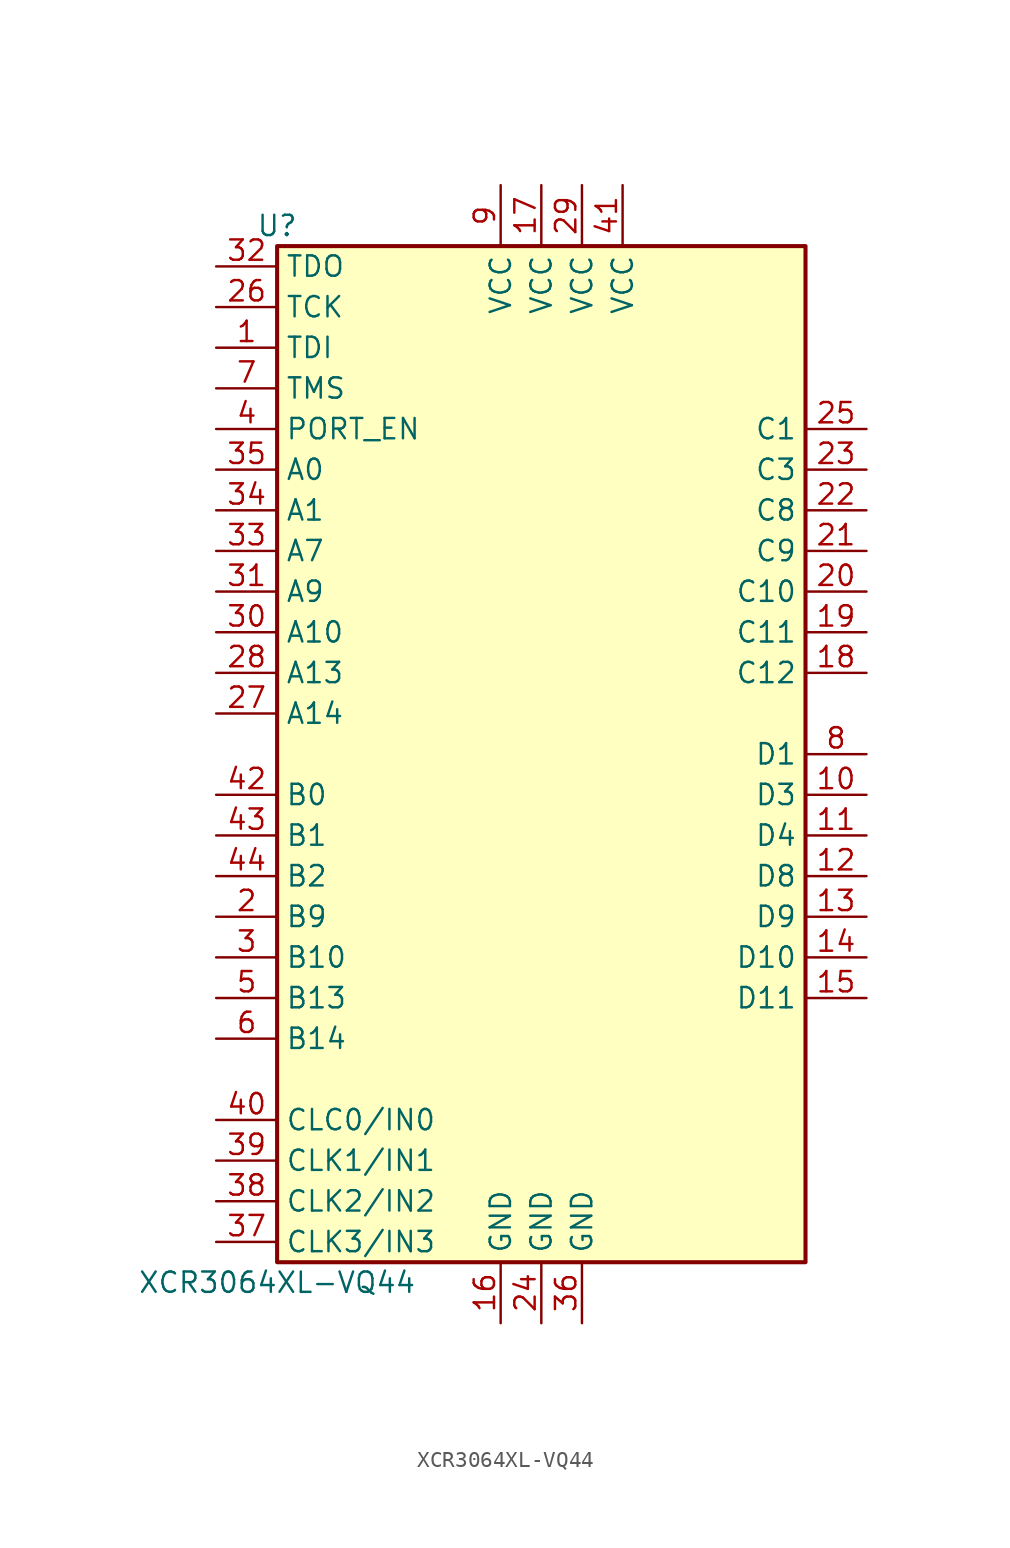
<source format=kicad_sym>
(kicad_symbol_lib
  (version 20211014)
  (generator kicad_symbol_editor)
  (symbol "XCR3064XL-VQ44"
    (property "Reference" "U"
      (at -16.51 33.02 0)
      (effects (font (size 1.27 1.27))))
    (property "Value" "XCR3064XL-VQ44"
      (at -16.51 -33.02 0)
      (effects (font (size 1.27 1.27))))
    (symbol "XCR3064XL-VQ44_1_1"
      (rectangle (start -16.51 31.75) (end 16.51 -31.75) (stroke (width 0.254) (type default) (color 0 0 0 0)) (fill (type background)))
      (pin passive line (at -20.32 25.4 0) (length 3.81) (name "TDI" (effects (font (size 1.27 1.27)))) (number "1" (effects (font (size 1.27 1.27)))))
      (pin passive line (at 20.32 -2.54 180) (length 3.81) (name "D3" (effects (font (size 1.27 1.27)))) (number "10" (effects (font (size 1.27 1.27)))))
      (pin passive line (at 20.32 -5.08 180) (length 3.81) (name "D4" (effects (font (size 1.27 1.27)))) (number "11" (effects (font (size 1.27 1.27)))))
      (pin passive line (at 20.32 -7.62 180) (length 3.81) (name "D8" (effects (font (size 1.27 1.27)))) (number "12" (effects (font (size 1.27 1.27)))))
      (pin passive line (at 20.32 -10.16 180) (length 3.81) (name "D9" (effects (font (size 1.27 1.27)))) (number "13" (effects (font (size 1.27 1.27)))))
      (pin passive line (at 20.32 -12.7 180) (length 3.81) (name "D10" (effects (font (size 1.27 1.27)))) (number "14" (effects (font (size 1.27 1.27)))))
      (pin passive line (at 20.32 -15.24 180) (length 3.81) (name "D11" (effects (font (size 1.27 1.27)))) (number "15" (effects (font (size 1.27 1.27)))))
      (pin power_in line (at -2.54 -35.56 90) (length 3.81) (name "GND" (effects (font (size 1.27 1.27)))) (number "16" (effects (font (size 1.27 1.27)))))
      (pin power_in line (at 0 35.56 270) (length 3.81) (name "VCC" (effects (font (size 1.27 1.27)))) (number "17" (effects (font (size 1.27 1.27)))))
      (pin passive line (at 20.32 5.08 180) (length 3.81) (name "C12" (effects (font (size 1.27 1.27)))) (number "18" (effects (font (size 1.27 1.27)))))
      (pin passive line (at 20.32 7.62 180) (length 3.81) (name "C11" (effects (font (size 1.27 1.27)))) (number "19" (effects (font (size 1.27 1.27)))))
      (pin passive line (at -20.32 -10.16 0) (length 3.81) (name "B9" (effects (font (size 1.27 1.27)))) (number "2" (effects (font (size 1.27 1.27)))))
      (pin passive line (at 20.32 10.16 180) (length 3.81) (name "C10" (effects (font (size 1.27 1.27)))) (number "20" (effects (font (size 1.27 1.27)))))
      (pin passive line (at 20.32 12.7 180) (length 3.81) (name "C9" (effects (font (size 1.27 1.27)))) (number "21" (effects (font (size 1.27 1.27)))))
      (pin passive line (at 20.32 15.24 180) (length 3.81) (name "C8" (effects (font (size 1.27 1.27)))) (number "22" (effects (font (size 1.27 1.27)))))
      (pin passive line (at 20.32 17.78 180) (length 3.81) (name "C3" (effects (font (size 1.27 1.27)))) (number "23" (effects (font (size 1.27 1.27)))))
      (pin power_in line (at 0 -35.56 90) (length 3.81) (name "GND" (effects (font (size 1.27 1.27)))) (number "24" (effects (font (size 1.27 1.27)))))
      (pin passive line (at 20.32 20.32 180) (length 3.81) (name "C1" (effects (font (size 1.27 1.27)))) (number "25" (effects (font (size 1.27 1.27)))))
      (pin passive line (at -20.32 27.94 0) (length 3.81) (name "TCK" (effects (font (size 1.27 1.27)))) (number "26" (effects (font (size 1.27 1.27)))))
      (pin passive line (at -20.32 2.54 0) (length 3.81) (name "A14" (effects (font (size 1.27 1.27)))) (number "27" (effects (font (size 1.27 1.27)))))
      (pin passive line (at -20.32 5.08 0) (length 3.81) (name "A13" (effects (font (size 1.27 1.27)))) (number "28" (effects (font (size 1.27 1.27)))))
      (pin power_in line (at 2.54 35.56 270) (length 3.81) (name "VCC" (effects (font (size 1.27 1.27)))) (number "29" (effects (font (size 1.27 1.27)))))
      (pin passive line (at -20.32 -12.7 0) (length 3.81) (name "B10" (effects (font (size 1.27 1.27)))) (number "3" (effects (font (size 1.27 1.27)))))
      (pin passive line (at -20.32 7.62 0) (length 3.81) (name "A10" (effects (font (size 1.27 1.27)))) (number "30" (effects (font (size 1.27 1.27)))))
      (pin passive line (at -20.32 10.16 0) (length 3.81) (name "A9" (effects (font (size 1.27 1.27)))) (number "31" (effects (font (size 1.27 1.27)))))
      (pin passive line (at -20.32 30.48 0) (length 3.81) (name "TDO" (effects (font (size 1.27 1.27)))) (number "32" (effects (font (size 1.27 1.27)))))
      (pin passive line (at -20.32 12.7 0) (length 3.81) (name "A7" (effects (font (size 1.27 1.27)))) (number "33" (effects (font (size 1.27 1.27)))))
      (pin passive line (at -20.32 15.24 0) (length 3.81) (name "A1" (effects (font (size 1.27 1.27)))) (number "34" (effects (font (size 1.27 1.27)))))
      (pin passive line (at -20.32 17.78 0) (length 3.81) (name "A0" (effects (font (size 1.27 1.27)))) (number "35" (effects (font (size 1.27 1.27)))))
      (pin power_in line (at 2.54 -35.56 90) (length 3.81) (name "GND" (effects (font (size 1.27 1.27)))) (number "36" (effects (font (size 1.27 1.27)))))
      (pin input line (at -20.32 -30.48 0) (length 3.81) (name "CLK3/IN3" (effects (font (size 1.27 1.27)))) (number "37" (effects (font (size 1.27 1.27)))))
      (pin input line (at -20.32 -27.94 0) (length 3.81) (name "CLK2/IN2" (effects (font (size 1.27 1.27)))) (number "38" (effects (font (size 1.27 1.27)))))
      (pin input line (at -20.32 -25.4 0) (length 3.81) (name "CLK1/IN1" (effects (font (size 1.27 1.27)))) (number "39" (effects (font (size 1.27 1.27)))))
      (pin passive line (at -20.32 20.32 0) (length 3.81) (name "PORT_EN" (effects (font (size 1.27 1.27)))) (number "4" (effects (font (size 1.27 1.27)))))
      (pin input line (at -20.32 -22.86 0) (length 3.81) (name "CLC0/IN0" (effects (font (size 1.27 1.27)))) (number "40" (effects (font (size 1.27 1.27)))))
      (pin power_in line (at 5.08 35.56 270) (length 3.81) (name "VCC" (effects (font (size 1.27 1.27)))) (number "41" (effects (font (size 1.27 1.27)))))
      (pin passive line (at -20.32 -2.54 0) (length 3.81) (name "B0" (effects (font (size 1.27 1.27)))) (number "42" (effects (font (size 1.27 1.27)))))
      (pin passive line (at -20.32 -5.08 0) (length 3.81) (name "B1" (effects (font (size 1.27 1.27)))) (number "43" (effects (font (size 1.27 1.27)))))
      (pin passive line (at -20.32 -7.62 0) (length 3.81) (name "B2" (effects (font (size 1.27 1.27)))) (number "44" (effects (font (size 1.27 1.27)))))
      (pin passive line (at -20.32 -15.24 0) (length 3.81) (name "B13" (effects (font (size 1.27 1.27)))) (number "5" (effects (font (size 1.27 1.27)))))
      (pin passive line (at -20.32 -17.78 0) (length 3.81) (name "B14" (effects (font (size 1.27 1.27)))) (number "6" (effects (font (size 1.27 1.27)))))
      (pin passive line (at -20.32 22.86 0) (length 3.81) (name "TMS" (effects (font (size 1.27 1.27)))) (number "7" (effects (font (size 1.27 1.27)))))
      (pin passive line (at 20.32 0 180) (length 3.81) (name "D1" (effects (font (size 1.27 1.27)))) (number "8" (effects (font (size 1.27 1.27)))))
      (pin power_in line (at -2.54 35.56 270) (length 3.81) (name "VCC" (effects (font (size 1.27 1.27)))) (number "9" (effects (font (size 1.27 1.27))))))))
</source>
